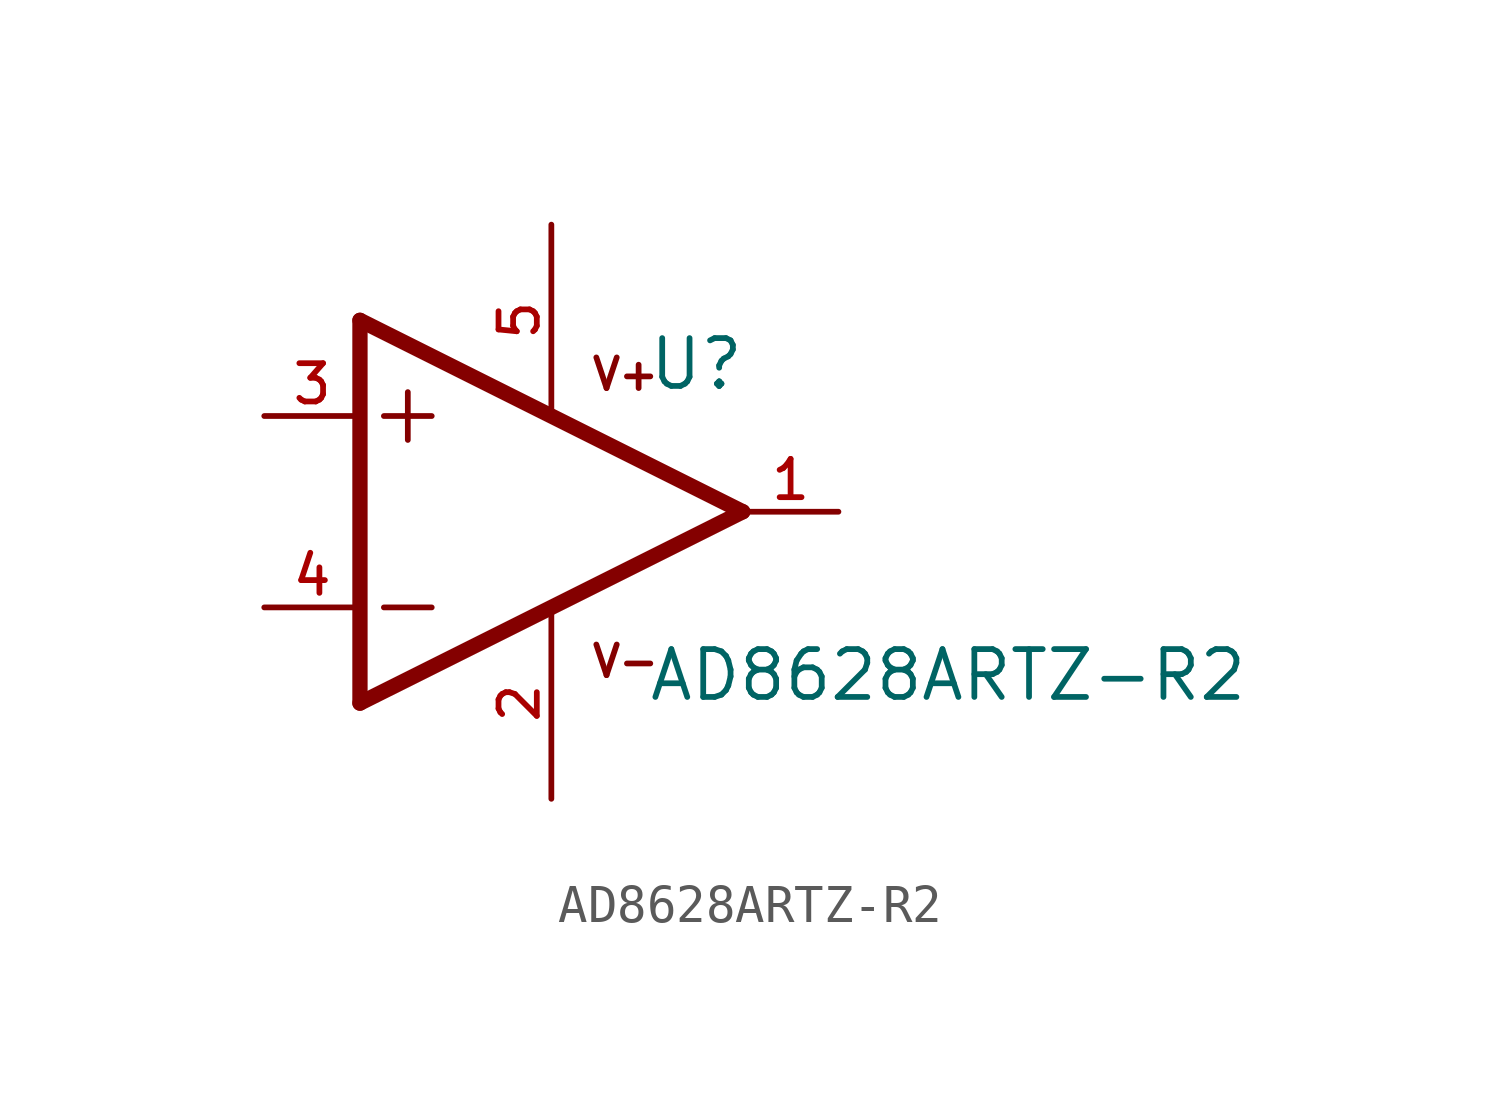
<source format=kicad_sym>
(kicad_symbol_lib
  (version 20211014)
  (generator kicad_symbol_editor)
  (symbol "AD8628ARTZ-R2"
    (pin_names
      (offset 1.016))
    (property "Reference" "U"
      (at 2.54 3.175 0)
      (effects (font (size 1.27 1.27)) (justify bottom left)))
    (property "Value" "AD8628ARTZ-R2"
      (at 2.54 -5.08 0)
      (effects (font (size 1.27 1.27)) (justify bottom left)))
    (symbol "AD8628ARTZ-R2_0_0"
      (polyline (pts (xy -5.08 5.08) (xy -5.08 -5.08)) (stroke (width 0.406)))
      (polyline (pts (xy -5.08 -5.08) (xy 5.08 0.0)) (stroke (width 0.406)))
      (polyline (pts (xy 5.08 0.0) (xy -5.08 5.08)) (stroke (width 0.406)))
      (polyline (pts (xy -3.81 3.175) (xy -3.81 1.905)) (stroke (width 0.152)))
      (polyline (pts (xy -4.445 2.54) (xy -3.175 2.54)) (stroke (width 0.152)))
      (polyline (pts (xy -4.445 -2.54) (xy -3.175 -2.54)) (stroke (width 0.152)))
      (text "V+" (at 1.016 3.175 0) (effects (font (size 0.813 0.813)) (justify bottom left)))
      (text "V-" (at 1.016 -4.445 0) (effects (font (size 0.813 0.813)) (justify bottom left)))
      (pin input line (at -7.62 -2.54 0) (length 2.54) (name "~" (effects (font (size 1.016 1.016)))) (number "4" (effects (font (size 1.016 1.016)))))
      (pin input line (at -7.62 2.54 0) (length 2.54) (name "~" (effects (font (size 1.016 1.016)))) (number "3" (effects (font (size 1.016 1.016)))))
      (pin output line (at 7.62 0.0 180.0) (length 2.54) (name "~" (effects (font (size 1.016 1.016)))) (number "1" (effects (font (size 1.016 1.016)))))
      (pin power_in line (at 0.0 7.62 270.0) (length 5.08) (name "~" (effects (font (size 1.016 1.016)))) (number "5" (effects (font (size 1.016 1.016)))))
      (pin power_in line (at 0.0 -7.62 90.0) (length 5.08) (name "~" (effects (font (size 1.016 1.016)))) (number "2" (effects (font (size 1.016 1.016))))))))
</source>
